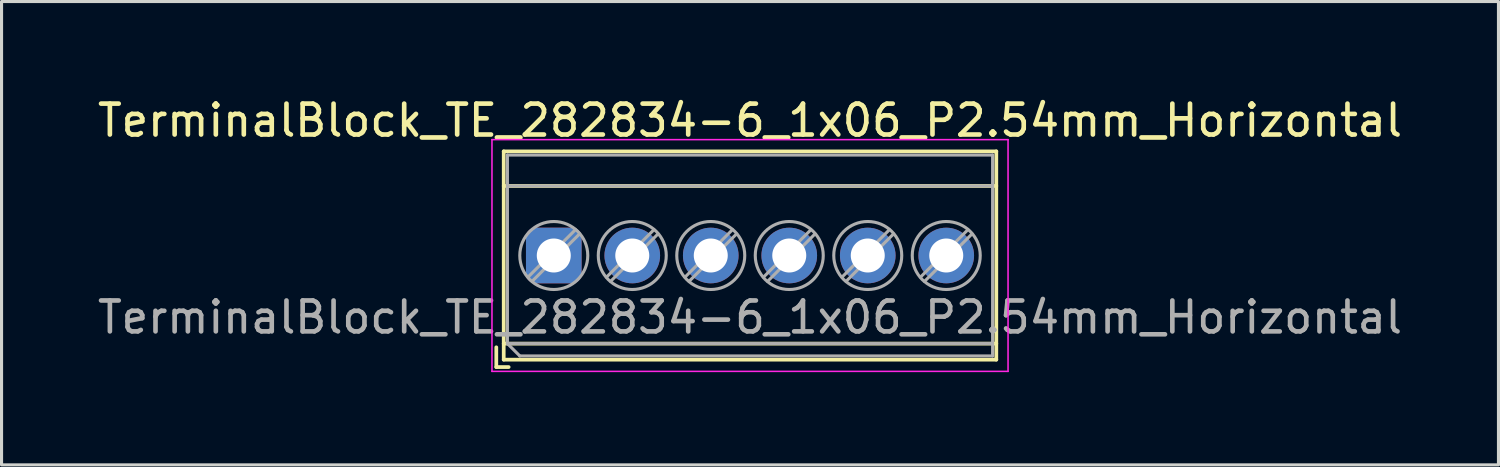
<source format=kicad_pcb>
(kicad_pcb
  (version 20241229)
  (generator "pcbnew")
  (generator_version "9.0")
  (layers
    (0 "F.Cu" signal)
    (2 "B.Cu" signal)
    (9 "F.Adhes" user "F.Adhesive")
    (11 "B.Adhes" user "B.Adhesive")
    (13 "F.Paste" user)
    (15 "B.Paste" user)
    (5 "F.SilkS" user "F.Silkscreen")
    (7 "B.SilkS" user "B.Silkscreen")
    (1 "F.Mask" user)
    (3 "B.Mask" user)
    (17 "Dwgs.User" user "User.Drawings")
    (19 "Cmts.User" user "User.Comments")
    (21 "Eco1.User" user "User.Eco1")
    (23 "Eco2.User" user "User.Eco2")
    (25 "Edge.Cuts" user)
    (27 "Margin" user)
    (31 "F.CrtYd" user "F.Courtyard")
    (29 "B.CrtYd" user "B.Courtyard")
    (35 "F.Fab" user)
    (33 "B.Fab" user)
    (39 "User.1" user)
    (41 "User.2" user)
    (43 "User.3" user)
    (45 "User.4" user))
  (footprint "TerminalBlock_TE_282834-6_1x06_P2.54mm_Horizontal"
    (layer "F.Cu")
    (at 14.87 5.218)
    (property "Reference" "TerminalBlock_TE_282834-6_1x06_P2.54mm_Horizontal" (at 6.35 -4.37 0) (layer "F.SilkS") (effects (font (size 1 1) (thickness 0.15))))
    (attr through_hole)
    (fp_line (start -1.86 2.97) (end -1.86 3.61) (stroke (width 0.12) (type solid)) (layer "F.SilkS"))
    (fp_line (start -1.86 3.61) (end -1.46 3.61) (stroke (width 0.12) (type solid)) (layer "F.SilkS"))
    (fp_line (start -1.62 -3.37) (end -1.62 3.37) (stroke (width 0.12) (type solid)) (layer "F.SilkS"))
    (fp_line (start -1.62 -3.37) (end 14.32 -3.37) (stroke (width 0.12) (type solid)) (layer "F.SilkS"))
    (fp_line (start -1.62 -2.25) (end 14.32 -2.25) (stroke (width 0.12) (type solid)) (layer "F.SilkS"))
    (fp_line (start -1.62 2.85) (end 14.32 2.85) (stroke (width 0.12) (type solid)) (layer "F.SilkS"))
    (fp_line (start -1.62 3.37) (end 14.32 3.37) (stroke (width 0.12) (type solid)) (layer "F.SilkS"))
    (fp_line (start 14.32 -3.37) (end 14.32 3.37) (stroke (width 0.12) (type solid)) (layer "F.SilkS"))
    (fp_line (start -2 -3.75) (end -2 3.75) (stroke (width 0.05) (type solid)) (layer "F.CrtYd"))
    (fp_line (start -2 3.75) (end 14.7 3.75) (stroke (width 0.05) (type solid)) (layer "F.CrtYd"))
    (fp_line (start 14.7 -3.75) (end -2 -3.75) (stroke (width 0.05) (type solid)) (layer "F.CrtYd"))
    (fp_line (start 14.7 3.75) (end 14.7 -3.75) (stroke (width 0.05) (type solid)) (layer "F.CrtYd"))
    (fp_line (start -1.5 -3.25) (end 14.2 -3.25) (stroke (width 0.1) (type solid)) (layer "F.Fab"))
    (fp_line (start -1.5 -2.25) (end 14.2 -2.25) (stroke (width 0.1) (type solid)) (layer "F.Fab"))
    (fp_line (start -1.5 2.85) (end -1.5 -3.25) (stroke (width 0.1) (type solid)) (layer "F.Fab"))
    (fp_line (start -1.5 2.85) (end 14.2 2.85) (stroke (width 0.1) (type solid)) (layer "F.Fab"))
    (fp_line (start -1.1 3.25) (end -1.5 2.85) (stroke (width 0.1) (type solid)) (layer "F.Fab"))
    (fp_line (start 0.701 -0.835) (end -0.835 0.7) (stroke (width 0.1) (type solid)) (layer "F.Fab"))
    (fp_line (start 0.835 -0.7) (end -0.701 0.835) (stroke (width 0.1) (type solid)) (layer "F.Fab"))
    (fp_line (start 3.241 -0.835) (end 1.706 0.7) (stroke (width 0.1) (type solid)) (layer "F.Fab"))
    (fp_line (start 3.375 -0.7) (end 1.84 0.835) (stroke (width 0.1) (type solid)) (layer "F.Fab"))
    (fp_line (start 5.781 -0.835) (end 4.246 0.7) (stroke (width 0.1) (type solid)) (layer "F.Fab"))
    (fp_line (start 5.915 -0.7) (end 4.38 0.835) (stroke (width 0.1) (type solid)) (layer "F.Fab"))
    (fp_line (start 8.321 -0.835) (end 6.786 0.7) (stroke (width 0.1) (type solid)) (layer "F.Fab"))
    (fp_line (start 8.455 -0.7) (end 6.92 0.835) (stroke (width 0.1) (type solid)) (layer "F.Fab"))
    (fp_line (start 10.861 -0.835) (end 9.326 0.7) (stroke (width 0.1) (type solid)) (layer "F.Fab"))
    (fp_line (start 10.995 -0.7) (end 9.46 0.835) (stroke (width 0.1) (type solid)) (layer "F.Fab"))
    (fp_line (start 13.401 -0.835) (end 11.866 0.7) (stroke (width 0.1) (type solid)) (layer "F.Fab"))
    (fp_line (start 13.535 -0.7) (end 12 0.835) (stroke (width 0.1) (type solid)) (layer "F.Fab"))
    (fp_line (start 14.2 -3.25) (end 14.2 3.25) (stroke (width 0.1) (type solid)) (layer "F.Fab"))
    (fp_line (start 14.2 3.25) (end -1.1 3.25) (stroke (width 0.1) (type solid)) (layer "F.Fab"))
    (fp_circle (center 0 0) (end 1.1 0) (stroke (width 0.1) (type solid)) (fill no) (layer "F.Fab"))
    (fp_circle (center 2.54 0) (end 3.64 0) (stroke (width 0.1) (type solid)) (fill no) (layer "F.Fab"))
    (fp_circle (center 5.08 0) (end 6.18 0) (stroke (width 0.1) (type solid)) (fill no) (layer "F.Fab"))
    (fp_circle (center 7.62 0) (end 8.72 0) (stroke (width 0.1) (type solid)) (fill no) (layer "F.Fab"))
    (fp_circle (center 10.16 0) (end 11.26 0) (stroke (width 0.1) (type solid)) (fill no) (layer "F.Fab"))
    (fp_circle (center 12.7 0) (end 13.8 0) (stroke (width 0.1) (type solid)) (fill no) (layer "F.Fab"))
    (fp_text user "${REFERENCE}" (at 6.35 2 0) (layer "F.Fab") (effects (font (size 1 1) (thickness 0.15))))
    (pad "1" thru_hole roundrect (at 0 0) (size 1.8 1.8) (drill 1.1) (layers "*.Cu" "*.Mask") (remove_unused_layers yes) (keep_end_layers yes) (zone_layer_connections) (roundrect_rratio 0.167))
    (pad "2" thru_hole circle (at 2.54 0) (size 1.8 1.8) (drill 1.1) (layers "*.Cu" "*.Mask") (remove_unused_layers yes) (keep_end_layers yes) (zone_layer_connections))
    (pad "3" thru_hole circle (at 5.08 0) (size 1.8 1.8) (drill 1.1) (layers "*.Cu" "*.Mask") (remove_unused_layers yes) (keep_end_layers yes) (zone_layer_connections))
    (pad "4" thru_hole circle (at 7.62 0) (size 1.8 1.8) (drill 1.1) (layers "*.Cu" "*.Mask") (remove_unused_layers yes) (keep_end_layers yes) (zone_layer_connections))
    (pad "5" thru_hole circle (at 10.16 0) (size 1.8 1.8) (drill 1.1) (layers "*.Cu" "*.Mask") (remove_unused_layers yes) (keep_end_layers yes) (zone_layer_connections))
    (pad "6" thru_hole circle (at 12.7 0) (size 1.8 1.8) (drill 1.1) (layers "*.Cu" "*.Mask") (remove_unused_layers yes) (keep_end_layers yes) (zone_layer_connections)))
  (gr_rect
    (start -3 -3)
    (end 45.44 11.993)
    (stroke (width 0.1) (type default))
    (fill no)
    (layer "Edge.Cuts")))
</source>
